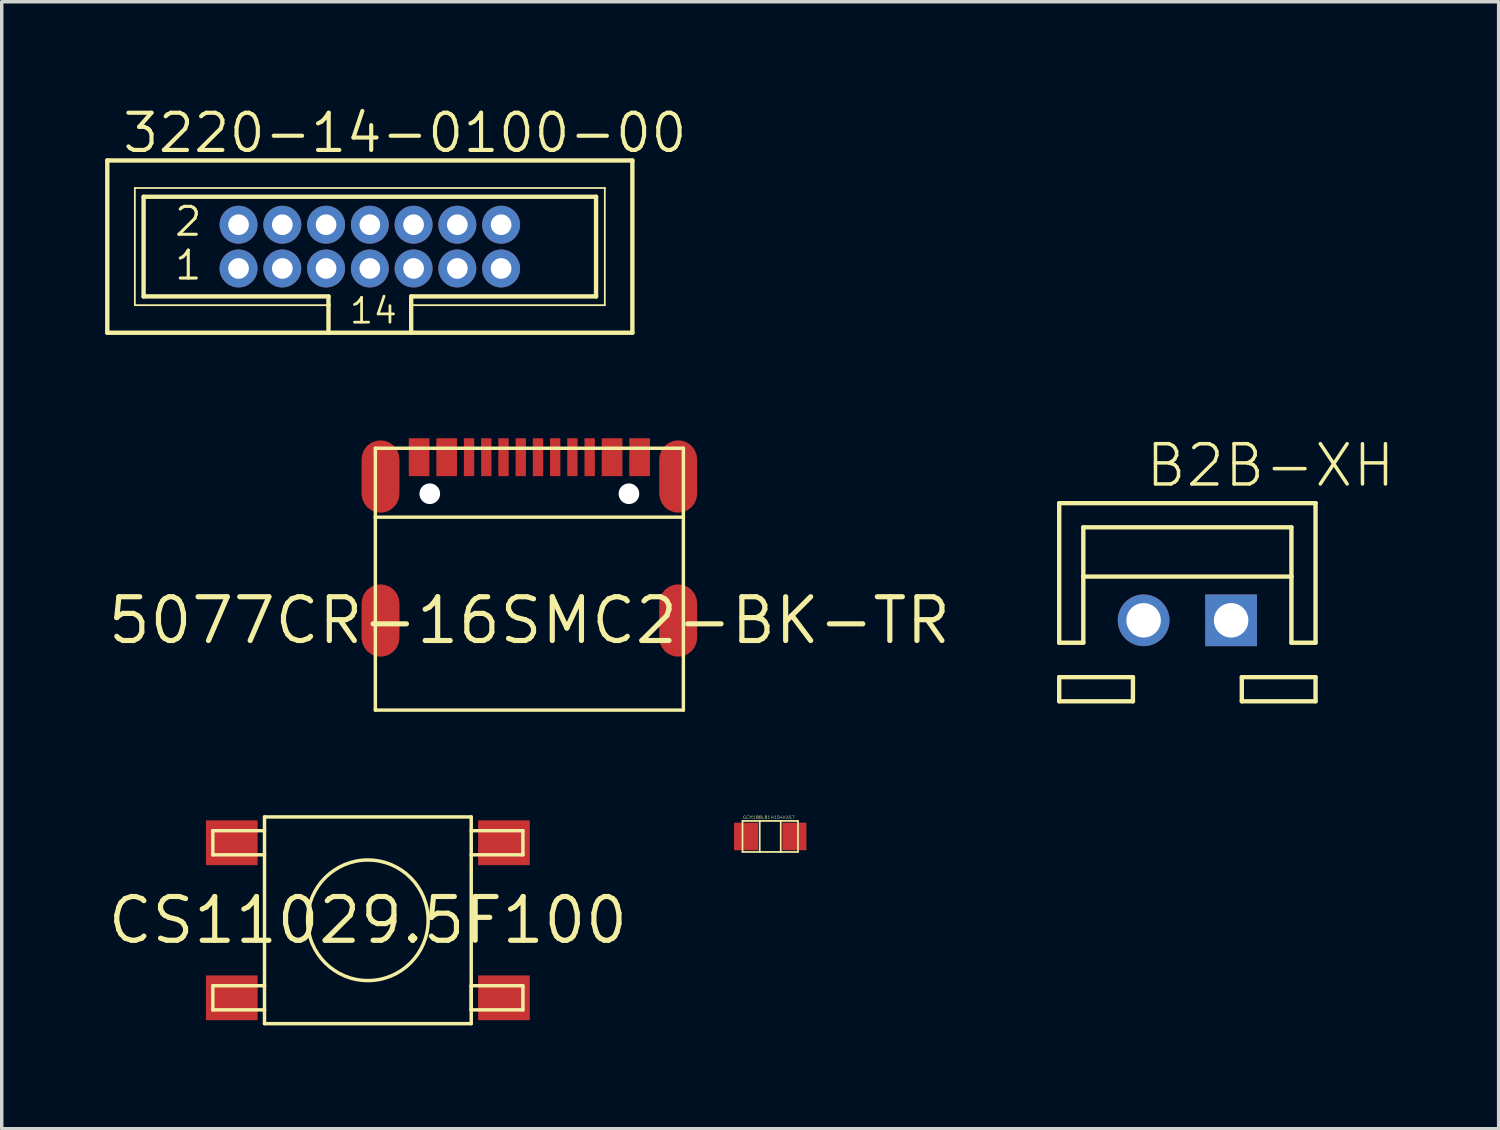
<source format=kicad_pcb>
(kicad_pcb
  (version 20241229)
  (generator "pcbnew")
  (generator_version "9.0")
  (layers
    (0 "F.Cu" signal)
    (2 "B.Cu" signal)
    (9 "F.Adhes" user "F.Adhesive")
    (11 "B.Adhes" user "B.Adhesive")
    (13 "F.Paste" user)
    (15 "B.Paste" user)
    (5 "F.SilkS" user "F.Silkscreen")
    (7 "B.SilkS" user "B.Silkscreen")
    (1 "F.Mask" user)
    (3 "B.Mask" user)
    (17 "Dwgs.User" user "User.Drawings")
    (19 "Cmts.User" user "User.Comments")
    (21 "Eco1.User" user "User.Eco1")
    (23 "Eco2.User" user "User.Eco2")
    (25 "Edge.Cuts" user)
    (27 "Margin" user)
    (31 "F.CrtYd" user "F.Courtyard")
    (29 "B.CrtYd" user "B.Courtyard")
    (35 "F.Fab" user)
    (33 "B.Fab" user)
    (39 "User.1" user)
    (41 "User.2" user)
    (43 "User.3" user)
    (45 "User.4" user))
  (footprint "5077CR-16SMC2-BK-TR"
    (layer "F.Cu")
    (at 12.314 14.96)
    (property "Reference" "5077CR-16SMC2-BK-TR" (at 0 0 0) (layer "F.SilkS") (effects (font (size 1.27 1.27) (thickness 0.15))))
    (fp_line (start -4.47 -5) (end -4.47 -3) (stroke (width 0.1) (type solid)) (layer "F.SilkS"))
    (fp_line (start -4.47 -3) (end -4.47 2.6) (stroke (width 0.1) (type solid)) (layer "F.SilkS"))
    (fp_line (start -4.47 -3) (end 4.47 -3) (stroke (width 0.1) (type solid)) (layer "F.SilkS"))
    (fp_line (start -4.47 2.6) (end 4.47 2.6) (stroke (width 0.1) (type solid)) (layer "F.SilkS"))
    (fp_line (start 4.47 -5) (end -4.47 -5) (stroke (width 0.1) (type solid)) (layer "F.SilkS"))
    (fp_line (start 4.47 -3) (end 4.47 -5) (stroke (width 0.1) (type solid)) (layer "F.SilkS"))
    (fp_line (start 4.47 2.6) (end 4.47 -3) (stroke (width 0.1) (type solid)) (layer "F.SilkS"))
    (pad "" np_thru_hole circle (at -2.89 -3.68) (size 0.6 0.6) (drill 0.6) (layers "*.Cu" "*.Mask"))
    (pad "" np_thru_hole circle (at 2.89 -3.68) (size 0.6 0.6) (drill 0.6) (layers "*.Cu" "*.Mask"))
    (pad "CC1" smd rect (at -1.25 -4.74) (size 0.3 1.1) (layers "F.Cu" "F.Mask" "F.Paste"))
    (pad "CC2" smd rect (at 1.75 -4.74) (size 0.3 1.1) (layers "F.Cu" "F.Mask" "F.Paste"))
    (pad "DN1" smd rect (at 0.25 -4.74) (size 0.3 1.1) (layers "F.Cu" "F.Mask" "F.Paste"))
    (pad "DN2" smd rect (at -0.75 -4.74) (size 0.3 1.1) (layers "F.Cu" "F.Mask" "F.Paste"))
    (pad "DP1" smd rect (at -0.25 -4.74) (size 0.3 1.1) (layers "F.Cu" "F.Mask" "F.Paste"))
    (pad "DP2" smd rect (at 0.75 -4.74) (size 0.3 1.1) (layers "F.Cu" "F.Mask" "F.Paste"))
    (pad "GND1" smd rect (at -3.2 -4.74 90) (size 1.1 0.6) (layers "F.Cu" "F.Mask" "F.Paste"))
    (pad "GND2" smd rect (at 3.2 -4.74 90) (size 1.1 0.6) (layers "F.Cu" "F.Mask" "F.Paste"))
    (pad "SBU1" smd rect (at 1.25 -4.74) (size 0.3 1.1) (layers "F.Cu" "F.Mask" "F.Paste"))
    (pad "SBU2" smd rect (at -1.75 -4.74) (size 0.3 1.1) (layers "F.Cu" "F.Mask" "F.Paste"))
    (pad "SHIELD1" smd roundrect (at -4.32 -4.18) (size 1.1 2.1) (layers "F.Cu" "F.Mask" "F.Paste") (roundrect_rratio 0.5))
    (pad "SHIELD2" smd roundrect (at -4.32 0) (size 1.1 2.1) (layers "F.Cu" "F.Mask" "F.Paste") (roundrect_rratio 0.5))
    (pad "SHIELD3" smd roundrect (at 4.32 0) (size 1.1 2.1) (layers "F.Cu" "F.Mask" "F.Paste") (roundrect_rratio 0.5))
    (pad "SHIELD4" smd roundrect (at 4.32 -4.18) (size 1.1 2.1) (layers "F.Cu" "F.Mask" "F.Paste") (roundrect_rratio 0.5))
    (pad "VBUS1" smd rect (at -2.4 -4.74 90) (size 1.1 0.6) (layers "F.Cu" "F.Mask" "F.Paste"))
    (pad "VBUS2" smd rect (at 2.4 -4.74 90) (size 1.1 0.6) (layers "F.Cu" "F.Mask" "F.Paste")))
  (footprint "GCM188L81H104KA57"
    (layer "F.Cu")
    (at 19.305 21.227)
    (property "Reference" "GCM188L81H104KA57" (at -0.8 -0.5 0) (layer "F.SilkS") (effects (font (size 0.092 0.092) (thickness 0.008)) (justify left bottom)))
    (fp_line (start -0.805 -0.45) (end -0.305 -0.45) (stroke (width 0.05) (type solid)) (layer "F.SilkS"))
    (fp_line (start -0.805 0.45) (end -0.805 -0.45) (stroke (width 0.05) (type solid)) (layer "F.SilkS"))
    (fp_line (start -0.305 -0.45) (end -0.305 0.45) (stroke (width 0.05) (type solid)) (layer "F.SilkS"))
    (fp_line (start -0.305 -0.45) (end 0.305 -0.45) (stroke (width 0.05) (type solid)) (layer "F.SilkS"))
    (fp_line (start -0.305 0.45) (end -0.805 0.45) (stroke (width 0.05) (type solid)) (layer "F.SilkS"))
    (fp_line (start 0.305 -0.45) (end 0.305 0.45) (stroke (width 0.05) (type solid)) (layer "F.SilkS"))
    (fp_line (start 0.305 -0.45) (end 0.805 -0.45) (stroke (width 0.05) (type solid)) (layer "F.SilkS"))
    (fp_line (start 0.305 0.45) (end -0.305 0.45) (stroke (width 0.05) (type solid)) (layer "F.SilkS"))
    (fp_line (start 0.805 -0.45) (end 0.805 0.45) (stroke (width 0.05) (type solid)) (layer "F.SilkS"))
    (fp_line (start 0.805 0.45) (end 0.305 0.45) (stroke (width 0.05) (type solid)) (layer "F.SilkS"))
    (pad "P$1" smd rect (at -0.7 0) (size 0.7 0.8) (layers "F.Cu" "F.Mask" "F.Paste"))
    (pad "P$2" smd rect (at 0.7 0) (size 0.7 0.8) (layers "F.Cu" "F.Mask" "F.Paste")))
  (footprint "CS11029.5F100"
    (layer "F.Cu")
    (at 7.627 23.66)
    (property "Reference" "CS11029.5F100" (at 0 0 0) (layer "F.SilkS") (effects (font (size 1.27 1.27) (thickness 0.15))))
    (fp_line (start -4.5 -2.6) (end -4.5 -1.9) (stroke (width 0.1) (type solid)) (layer "F.SilkS"))
    (fp_line (start -4.5 -1.9) (end -3 -1.9) (stroke (width 0.1) (type solid)) (layer "F.SilkS"))
    (fp_line (start -4.5 1.9) (end -4.5 2.6) (stroke (width 0.1) (type solid)) (layer "F.SilkS"))
    (fp_line (start -4.5 2.6) (end -3 2.6) (stroke (width 0.1) (type solid)) (layer "F.SilkS"))
    (fp_line (start -3 -3) (end -3 1.9) (stroke (width 0.1) (type solid)) (layer "F.SilkS"))
    (fp_line (start -3 -2.6) (end -4.5 -2.6) (stroke (width 0.1) (type solid)) (layer "F.SilkS"))
    (fp_line (start -3 1.9) (end -4.5 1.9) (stroke (width 0.1) (type solid)) (layer "F.SilkS"))
    (fp_line (start -3 1.9) (end -3 2.6) (stroke (width 0.1) (type solid)) (layer "F.SilkS"))
    (fp_line (start -3 2.6) (end -3 3) (stroke (width 0.1) (type solid)) (layer "F.SilkS"))
    (fp_line (start -3 3) (end 3 3) (stroke (width 0.1) (type solid)) (layer "F.SilkS"))
    (fp_line (start 3 -3) (end -3 -3) (stroke (width 0.1) (type solid)) (layer "F.SilkS"))
    (fp_line (start 3 -2.6) (end 4.5 -2.6) (stroke (width 0.1) (type solid)) (layer "F.SilkS"))
    (fp_line (start 3 1.9) (end 3 -3) (stroke (width 0.1) (type solid)) (layer "F.SilkS"))
    (fp_line (start 3 1.9) (end 4.5 1.9) (stroke (width 0.1) (type solid)) (layer "F.SilkS"))
    (fp_line (start 3 2.6) (end 3 1.9) (stroke (width 0.1) (type solid)) (layer "F.SilkS"))
    (fp_line (start 3 2.6) (end 3 1.9) (stroke (width 0.1) (type solid)) (layer "F.SilkS"))
    (fp_line (start 3 3) (end 3 2.6) (stroke (width 0.1) (type solid)) (layer "F.SilkS"))
    (fp_line (start 4.5 -2.6) (end 4.5 -1.9) (stroke (width 0.1) (type solid)) (layer "F.SilkS"))
    (fp_line (start 4.5 -1.9) (end 3 -1.9) (stroke (width 0.1) (type solid)) (layer "F.SilkS"))
    (fp_line (start 4.5 1.9) (end 4.5 2.6) (stroke (width 0.1) (type solid)) (layer "F.SilkS"))
    (fp_line (start 4.5 2.6) (end 3 2.6) (stroke (width 0.1) (type solid)) (layer "F.SilkS"))
    (fp_circle (center 0 0) (end 1.75 0) (stroke (width 0.1) (type solid)) (fill no) (layer "F.SilkS"))
    (pad "1" smd rect (at -3.95 -2.25) (size 1.5 1.3) (layers "F.Cu" "F.Mask" "F.Paste"))
    (pad "2" smd rect (at 3.95 -2.25) (size 1.5 1.3) (layers "F.Cu" "F.Mask" "F.Paste"))
    (pad "3" smd rect (at -3.95 2.25) (size 1.5 1.3) (layers "F.Cu" "F.Mask" "F.Paste"))
    (pad "4" smd rect (at 3.95 2.25) (size 1.5 1.3) (layers "F.Cu" "F.Mask" "F.Paste")))
  (footprint "3220-14-0100-00"
    (layer "F.Cu")
    (at 7.684 4.107)
    (property "Reference" "3220-14-0100-00" (at -7.239 -2.667 0) (layer "F.SilkS") (effects (font (size 1.08 1.08) (thickness 0.12)) (justify left bottom)))
    (fp_line (start -7.62 -2.5) (end -7.62 2.5) (stroke (width 0.127) (type solid)) (layer "F.SilkS"))
    (fp_line (start -7.62 -2.5) (end 7.62 -2.5) (stroke (width 0.127) (type solid)) (layer "F.SilkS"))
    (fp_line (start -6.82 -1.7) (end -6.82 1.7) (stroke (width 0.051) (type solid)) (layer "F.SilkS"))
    (fp_line (start -6.82 1.7) (end -1.2 1.7) (stroke (width 0.051) (type solid)) (layer "F.SilkS"))
    (fp_line (start -6.566 -1.446) (end -6.566 1.446) (stroke (width 0.127) (type solid)) (layer "F.SilkS"))
    (fp_line (start -6.566 -1.446) (end 6.566 -1.446) (stroke (width 0.127) (type solid)) (layer "F.SilkS"))
    (fp_line (start -1.2 1.446) (end -6.566 1.446) (stroke (width 0.127) (type solid)) (layer "F.SilkS"))
    (fp_line (start -1.2 1.446) (end -1.2 1.7) (stroke (width 0.127) (type solid)) (layer "F.SilkS"))
    (fp_line (start -1.2 1.7) (end -1.2 2.5) (stroke (width 0.127) (type solid)) (layer "F.SilkS"))
    (fp_line (start -1.2 2.5) (end -7.62 2.5) (stroke (width 0.127) (type solid)) (layer "F.SilkS"))
    (fp_line (start 1.2 1.446) (end 1.2 1.7) (stroke (width 0.127) (type solid)) (layer "F.SilkS"))
    (fp_line (start 1.2 1.7) (end 6.82 1.7) (stroke (width 0.051) (type solid)) (layer "F.SilkS"))
    (fp_line (start 1.2 2.5) (end -1.2 2.5) (stroke (width 0.127) (type solid)) (layer "F.SilkS"))
    (fp_line (start 1.2 2.5) (end 1.2 1.7) (stroke (width 0.127) (type solid)) (layer "F.SilkS"))
    (fp_line (start 6.566 1.446) (end 1.2 1.446) (stroke (width 0.127) (type solid)) (layer "F.SilkS"))
    (fp_line (start 6.566 1.446) (end 6.566 -1.446) (stroke (width 0.127) (type solid)) (layer "F.SilkS"))
    (fp_line (start 6.82 -1.7) (end -6.82 -1.7) (stroke (width 0.051) (type solid)) (layer "F.SilkS"))
    (fp_line (start 6.82 1.7) (end 6.82 -1.7) (stroke (width 0.051) (type solid)) (layer "F.SilkS"))
    (fp_line (start 7.62 2.5) (end 1.2 2.5) (stroke (width 0.127) (type solid)) (layer "F.SilkS"))
    (fp_line (start 7.62 2.5) (end 7.62 -2.5) (stroke (width 0.127) (type solid)) (layer "F.SilkS"))
    (fp_text user "2" (at -5.715 -0.254 0) (layer "F.SilkS") (effects (font (size 0.81 0.81) (thickness 0.09)) (justify left bottom)))
    (fp_text user "14" (at -0.635 2.286 0) (layer "F.SilkS") (effects (font (size 0.72 0.72) (thickness 0.08)) (justify left bottom)))
    (fp_text user "1" (at -5.715 1.016 0) (layer "F.SilkS") (effects (font (size 0.81 0.81) (thickness 0.09)) (justify left bottom)))
    (pad "1" thru_hole circle (at -3.81 0.635) (size 1.1 1.1) (drill 0.6) (layers "*.Cu" "*.Mask"))
    (pad "2" thru_hole circle (at -3.81 -0.635) (size 1.1 1.1) (drill 0.6) (layers "*.Cu" "*.Mask"))
    (pad "3" thru_hole circle (at -2.54 0.635) (size 1.1 1.1) (drill 0.6) (layers "*.Cu" "*.Mask"))
    (pad "4" thru_hole circle (at -2.54 -0.635) (size 1.1 1.1) (drill 0.6) (layers "*.Cu" "*.Mask"))
    (pad "5" thru_hole circle (at -1.27 0.635) (size 1.1 1.1) (drill 0.6) (layers "*.Cu" "*.Mask"))
    (pad "6" thru_hole circle (at -1.27 -0.635) (size 1.1 1.1) (drill 0.6) (layers "*.Cu" "*.Mask"))
    (pad "7" thru_hole circle (at 0 0.635) (size 1.1 1.1) (drill 0.6) (layers "*.Cu" "*.Mask"))
    (pad "8" thru_hole circle (at 0 -0.635) (size 1.1 1.1) (drill 0.6) (layers "*.Cu" "*.Mask"))
    (pad "9" thru_hole circle (at 1.27 0.635) (size 1.1 1.1) (drill 0.6) (layers "*.Cu" "*.Mask"))
    (pad "10" thru_hole circle (at 1.27 -0.635) (size 1.1 1.1) (drill 0.6) (layers "*.Cu" "*.Mask"))
    (pad "11" thru_hole circle (at 2.54 0.635) (size 1.1 1.1) (drill 0.6) (layers "*.Cu" "*.Mask"))
    (pad "12" thru_hole circle (at 2.54 -0.635) (size 1.1 1.1) (drill 0.6) (layers "*.Cu" "*.Mask"))
    (pad "13" thru_hole circle (at 3.81 0.635) (size 1.1 1.1) (drill 0.6) (layers "*.Cu" "*.Mask"))
    (pad "14" thru_hole circle (at 3.81 -0.635) (size 1.1 1.1) (drill 0.6) (layers "*.Cu" "*.Mask")))
  (footprint "B2B-XH"
    (layer "F.Cu")
    (at 31.412 14.954)
    (property "Reference" "B2B-XH" (at -1.27 -3.81 0) (layer "F.SilkS") (effects (font (size 1.168 1.168) (thickness 0.102)) (justify left bottom)))
    (fp_line (start -3.72 -3.4) (end 3.72 -3.4) (stroke (width 0.127) (type solid)) (layer "F.SilkS"))
    (fp_line (start -3.72 0.65) (end -3.72 -3.4) (stroke (width 0.127) (type solid)) (layer "F.SilkS"))
    (fp_line (start -3.72 0.65) (end -3.02 0.65) (stroke (width 0.127) (type solid)) (layer "F.SilkS"))
    (fp_line (start -3.72 2.35) (end -3.72 1.65) (stroke (width 0.127) (type solid)) (layer "F.SilkS"))
    (fp_line (start -3.02 -2.7) (end 3.02 -2.7) (stroke (width 0.127) (type solid)) (layer "F.SilkS"))
    (fp_line (start -3.02 -1.27) (end -3.02 -2.7) (stroke (width 0.127) (type solid)) (layer "F.SilkS"))
    (fp_line (start -3.02 -1.27) (end 3.02 -1.27) (stroke (width 0.127) (type solid)) (layer "F.SilkS"))
    (fp_line (start -3.02 0.65) (end -3.02 -1.27) (stroke (width 0.127) (type solid)) (layer "F.SilkS"))
    (fp_line (start -1.58 1.65) (end -3.72 1.65) (stroke (width 0.127) (type solid)) (layer "F.SilkS"))
    (fp_line (start -1.58 1.65) (end -1.58 2.35) (stroke (width 0.127) (type solid)) (layer "F.SilkS"))
    (fp_line (start -1.58 2.35) (end -3.72 2.35) (stroke (width 0.127) (type solid)) (layer "F.SilkS"))
    (fp_line (start 1.58 1.65) (end 1.58 2.35) (stroke (width 0.127) (type solid)) (layer "F.SilkS"))
    (fp_line (start 1.58 1.65) (end 3.72 1.65) (stroke (width 0.127) (type solid)) (layer "F.SilkS"))
    (fp_line (start 1.58 2.35) (end 3.72 2.35) (stroke (width 0.127) (type solid)) (layer "F.SilkS"))
    (fp_line (start 3.02 -2.7) (end 3.02 -1.27) (stroke (width 0.127) (type solid)) (layer "F.SilkS"))
    (fp_line (start 3.02 -1.27) (end 3.02 0.65) (stroke (width 0.127) (type solid)) (layer "F.SilkS"))
    (fp_line (start 3.02 0.65) (end 3.72 0.65) (stroke (width 0.127) (type solid)) (layer "F.SilkS"))
    (fp_line (start 3.72 -3.4) (end 3.72 0.65) (stroke (width 0.127) (type solid)) (layer "F.SilkS"))
    (fp_line (start 3.72 2.35) (end 3.72 1.65) (stroke (width 0.127) (type solid)) (layer "F.SilkS"))
    (pad "1" thru_hole rect (at 1.27 0) (size 1.5 1.5) (drill 1) (layers "*.Cu" "*.Mask"))
    (pad "2" thru_hole circle (at -1.27 0) (size 1.5 1.5) (drill 1) (layers "*.Cu" "*.Mask")))
  (gr_rect
    (start -3 -3)
    (end 40.446 29.71)
    (stroke (width 0.1) (type default))
    (fill no)
    (layer "Edge.Cuts")))
</source>
